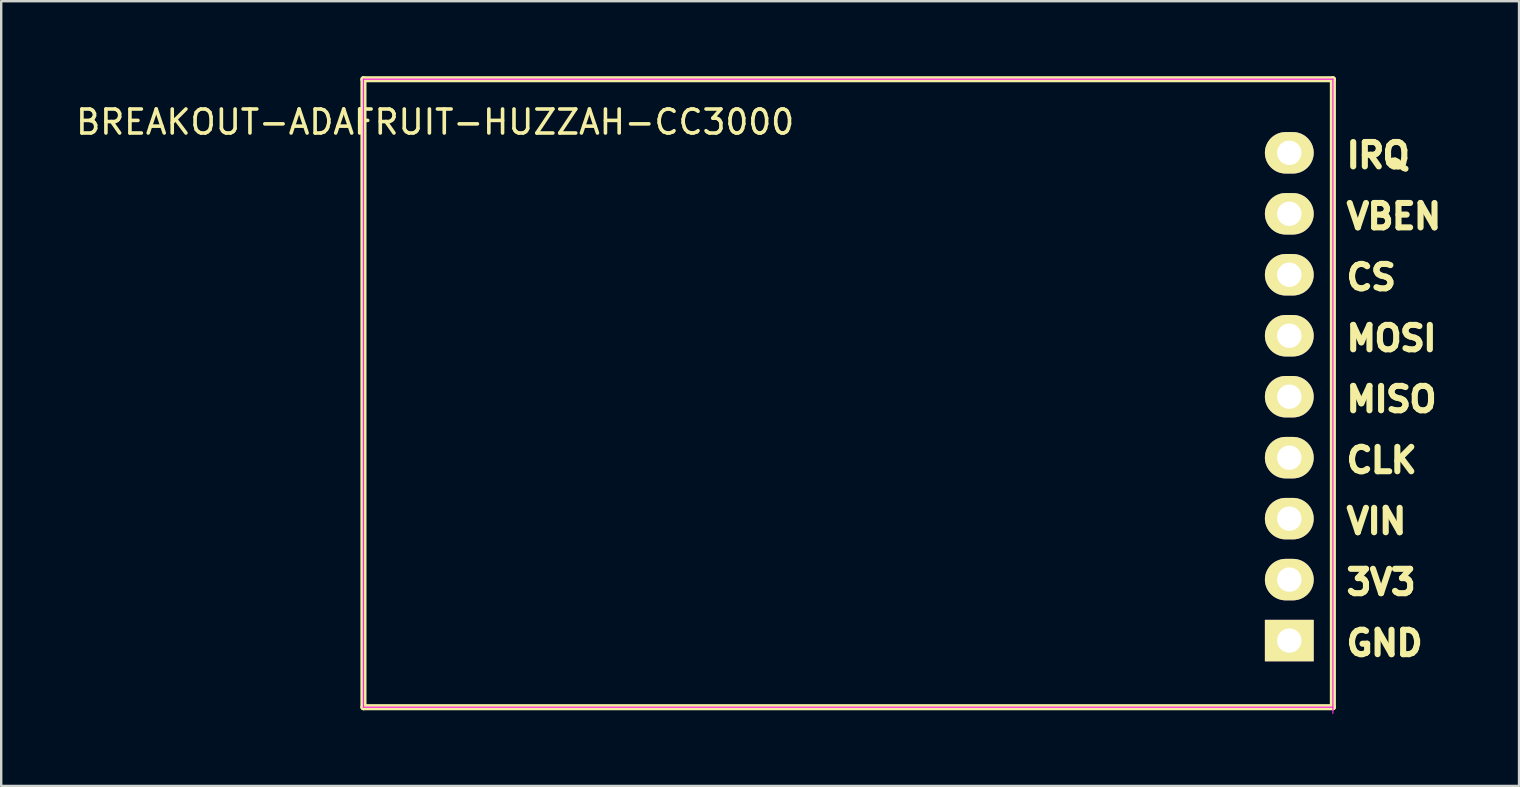
<source format=kicad_pcb>
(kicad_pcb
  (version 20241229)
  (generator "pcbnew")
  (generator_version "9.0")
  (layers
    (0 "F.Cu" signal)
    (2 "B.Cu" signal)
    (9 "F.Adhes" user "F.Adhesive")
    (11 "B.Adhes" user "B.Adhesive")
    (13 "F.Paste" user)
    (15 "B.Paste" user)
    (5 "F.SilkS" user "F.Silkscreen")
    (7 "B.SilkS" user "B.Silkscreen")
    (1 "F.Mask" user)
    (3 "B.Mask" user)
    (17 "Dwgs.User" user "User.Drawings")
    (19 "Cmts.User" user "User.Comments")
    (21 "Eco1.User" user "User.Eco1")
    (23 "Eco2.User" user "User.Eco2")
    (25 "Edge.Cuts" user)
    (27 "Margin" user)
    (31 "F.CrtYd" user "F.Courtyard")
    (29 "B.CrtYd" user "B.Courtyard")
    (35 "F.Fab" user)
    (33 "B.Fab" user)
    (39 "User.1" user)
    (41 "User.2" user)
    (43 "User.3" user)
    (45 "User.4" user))
  (footprint "BREAKOUT-ADAFRUIT-HUZZAH-CC3000"
    (layer "F.Cu")
    (at 52.477 0.25)
    (property "Reference" "BREAKOUT-ADAFRUIT-HUZZAH-CC3000" (at -37.4 1.785 0) (layer "F.SilkS") (effects (font (size 1 1) (thickness 0.15))))
    (attr through_hole)
    (fp_line (start -40.386 0) (end -40.386 26.162) (stroke (width 0.254) (type solid)) (layer "F.SilkS"))
    (fp_line (start 0 0) (end -40.386 0) (stroke (width 0.254) (type solid)) (layer "F.SilkS"))
    (fp_line (start 0 0) (end 0 26.162) (stroke (width 0.254) (type solid)) (layer "F.SilkS"))
    (fp_line (start 0 26.162) (end -40.386 26.162) (stroke (width 0.254) (type solid)) (layer "F.SilkS"))
    (fp_line (start -40.386 0) (end -40.386 26.162) (stroke (width 0.05) (type solid)) (layer "F.CrtYd"))
    (fp_line (start -40.386 0) (end 0 0) (stroke (width 0.05) (type solid)) (layer "F.CrtYd"))
    (fp_line (start -40.386 26.162) (end 0 26.162) (stroke (width 0.05) (type solid)) (layer "F.CrtYd"))
    (fp_line (start 0 0) (end 0 26.416) (stroke (width 0.05) (type solid)) (layer "F.CrtYd"))
    (fp_text user "3V3" (at 2.008 20.955 0) (layer "F.SilkS") (effects (font (size 1.016 1.016) (thickness 0.254))))
    (fp_text user "MOSI" (at 2.443 10.795 0) (layer "F.SilkS") (effects (font (size 1.016 1.016) (thickness 0.254))))
    (fp_text user "CLK" (at 2.032 15.875 0) (layer "F.SilkS") (effects (font (size 1.016 1.016) (thickness 0.254))))
    (fp_text user "CS" (at 1.597 8.255 0) (layer "F.SilkS") (effects (font (size 1.016 1.016) (thickness 0.254))))
    (fp_text user "IRQ" (at 1.887 3.175 0) (layer "F.SilkS") (effects (font (size 1.016 1.016) (thickness 0.254))))
    (fp_text user "VBEN" (at 2.54 5.715 0) (layer "F.SilkS") (effects (font (size 1.016 1.016) (thickness 0.254))))
    (fp_text user "VIN" (at 1.814 18.415 0) (layer "F.SilkS") (effects (font (size 1.016 1.016) (thickness 0.254))))
    (fp_text user "GND" (at 2.153 23.495 0) (layer "F.SilkS") (effects (font (size 1.016 1.016) (thickness 0.254))))
    (fp_text user "MISO" (at 2.443 13.335 0) (layer "F.SilkS") (effects (font (size 1.016 1.016) (thickness 0.254))))
    (pad "1" thru_hole rect (at -1.816 23.386 180) (size 2.032 1.727) (drill 1.016) (layers "*.Cu" "*.Mask" "F.SilkS"))
    (pad "2" thru_hole oval (at -1.816 20.846 180) (size 2.032 1.727) (drill 1.016) (layers "*.Cu" "*.Mask" "F.SilkS"))
    (pad "3" thru_hole oval (at -1.816 18.306 180) (size 2.032 1.727) (drill 1.016) (layers "*.Cu" "*.Mask" "F.SilkS"))
    (pad "4" thru_hole oval (at -1.816 15.766 180) (size 2.032 1.727) (drill 1.016) (layers "*.Cu" "*.Mask" "F.SilkS"))
    (pad "5" thru_hole oval (at -1.816 13.226 180) (size 2.032 1.727) (drill 1.016) (layers "*.Cu" "*.Mask" "F.SilkS"))
    (pad "6" thru_hole oval (at -1.816 10.686 180) (size 2.032 1.727) (drill 1.016) (layers "*.Cu" "*.Mask" "F.SilkS"))
    (pad "7" thru_hole oval (at -1.816 8.146 180) (size 2.032 1.727) (drill 1.016) (layers "*.Cu" "*.Mask" "F.SilkS"))
    (pad "8" thru_hole oval (at -1.816 5.606 180) (size 2.032 1.727) (drill 1.016) (layers "*.Cu" "*.Mask" "F.SilkS"))
    (pad "9" thru_hole oval (at -1.816 3.066 180) (size 2.032 1.727) (drill 1.016) (layers "*.Cu" "*.Mask" "F.SilkS")))
  (gr_rect
    (start -3 -3)
    (end 60.232 29.691)
    (stroke (width 0.1) (type default))
    (fill no)
    (layer "Edge.Cuts")))
</source>
